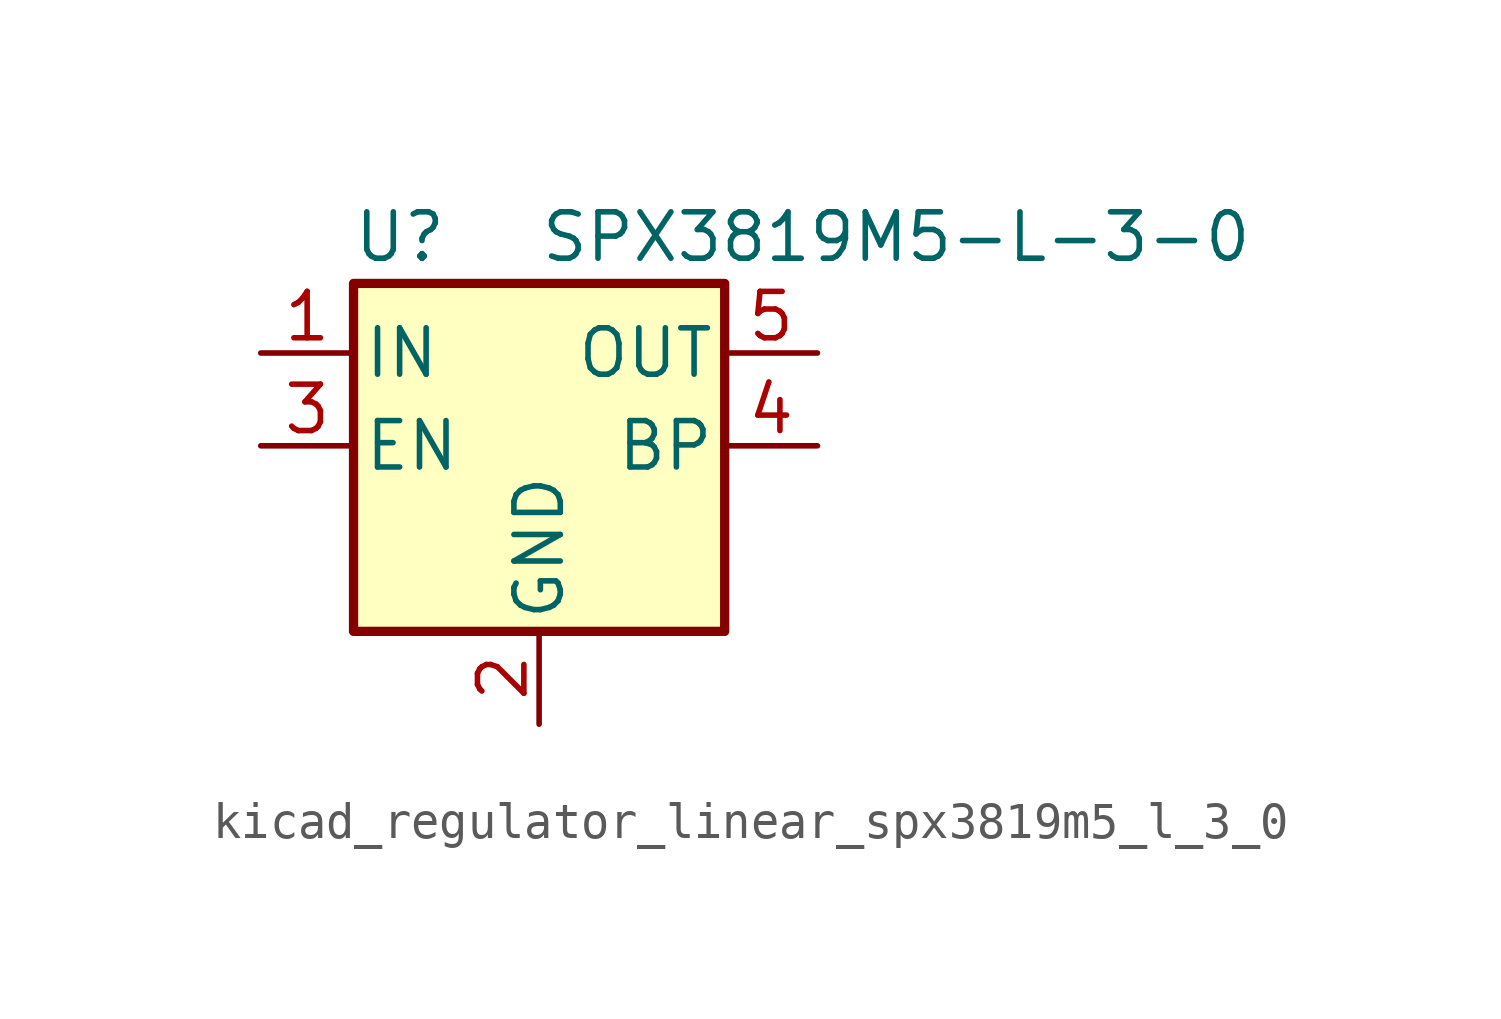
<source format=kicad_sym>
(kicad_symbol_lib
  (version 20220914)
  (generator kicad_symbol_editor)
  (symbol "kicad_regulator_linear_spx3819m5_l_3_0"
    (pin_names
      (offset 0.254))
    (property "Reference" "U"
      (at -3.81 5.715 0)
      (effects (font (size 1.27 1.27))))
    (property "Value" "SPX3819M5-L-3-0"
      (at 0 5.715 0)
      (effects (font (size 1.27 1.27)) (justify left)))
    (symbol "kicad_regulator_linear_spx3819m5_l_3_0_0_1"
      (rectangle (start -5.08 4.445) (end 5.08 -5.08) (stroke (width 0.254) (type default)) (fill (type background))))
    (symbol "kicad_regulator_linear_spx3819m5_l_3_0_1_1"
      (pin power_in line (at -7.62 2.54 0) (length 2.54) (name "IN" (effects (font (size 1.27 1.27)))) (number "1" (effects (font (size 1.27 1.27)))))
      (pin power_in line (at 0 -7.62 90) (length 2.54) (name "GND" (effects (font (size 1.27 1.27)))) (number "2" (effects (font (size 1.27 1.27)))))
      (pin input line (at -7.62 0 0) (length 2.54) (name "EN" (effects (font (size 1.27 1.27)))) (number "3" (effects (font (size 1.27 1.27)))))
      (pin input line (at 7.62 0 180) (length 2.54) (name "BP" (effects (font (size 1.27 1.27)))) (number "4" (effects (font (size 1.27 1.27)))))
      (pin power_out line (at 7.62 2.54 180) (length 2.54) (name "OUT" (effects (font (size 1.27 1.27)))) (number "5" (effects (font (size 1.27 1.27))))))))
</source>
